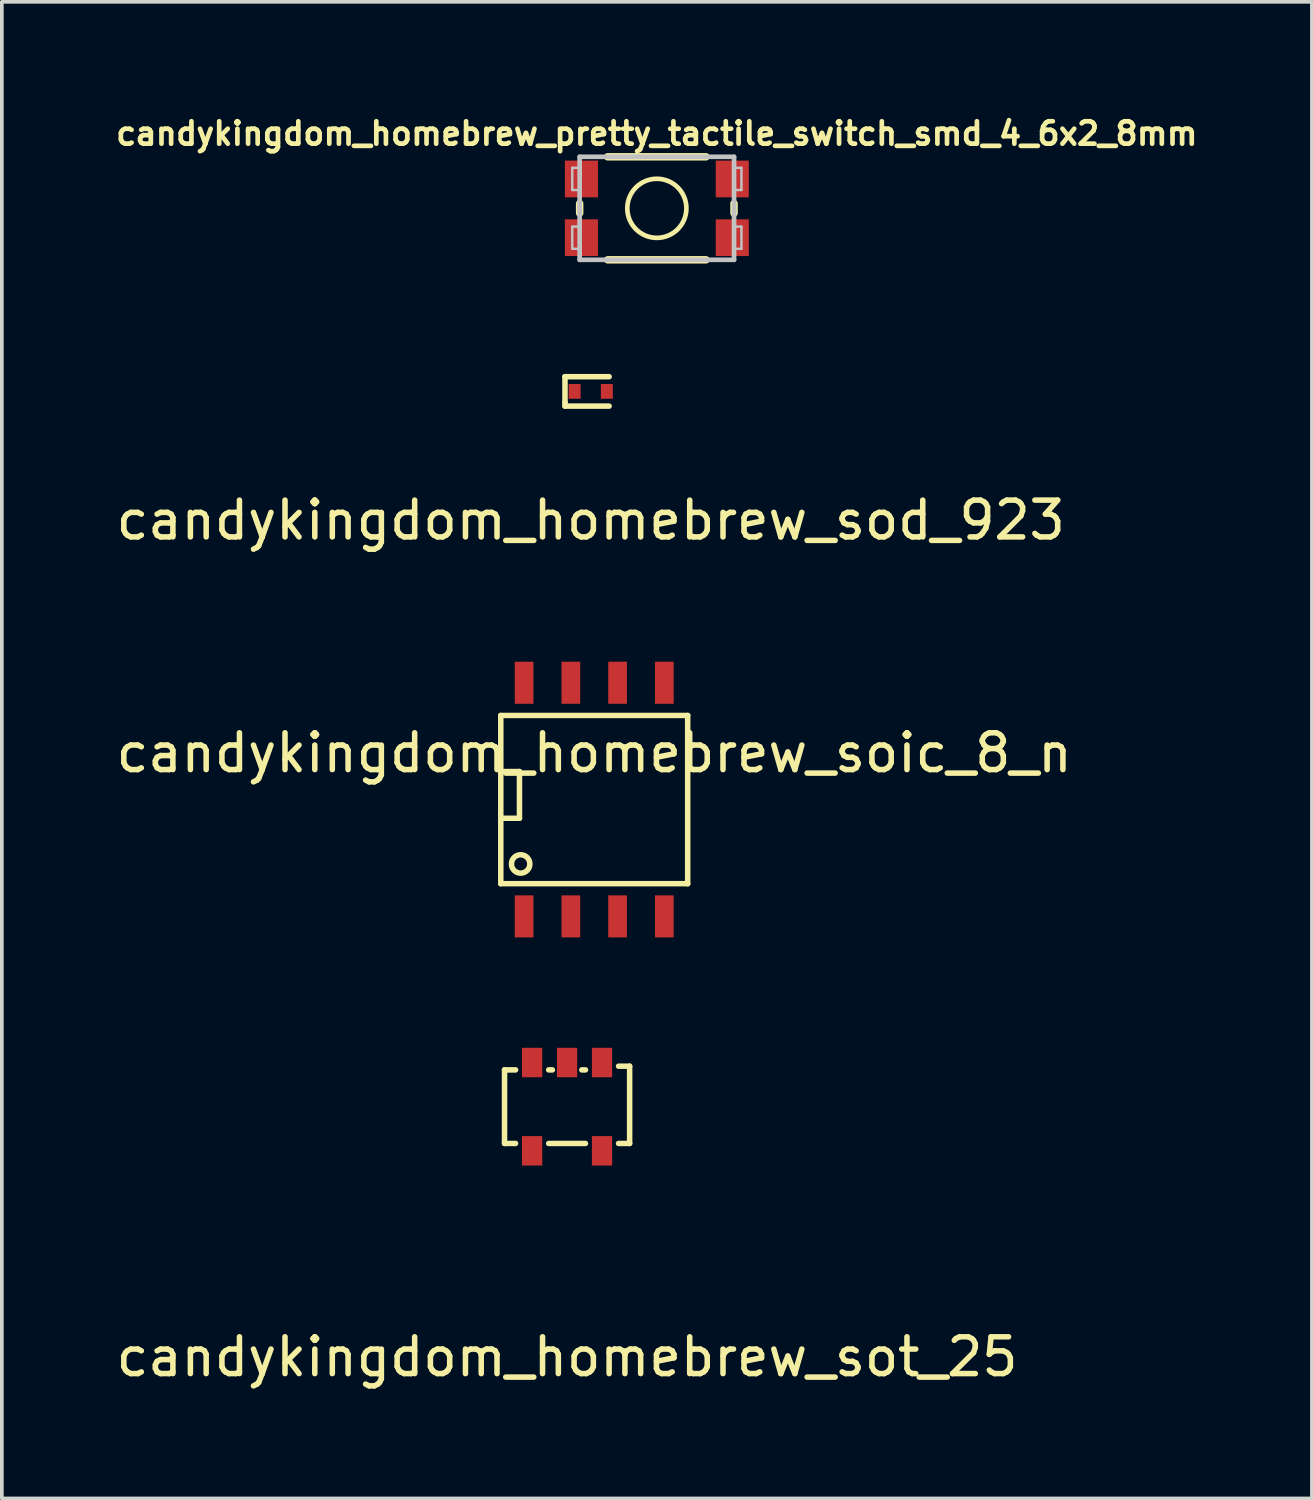
<source format=kicad_pcb>
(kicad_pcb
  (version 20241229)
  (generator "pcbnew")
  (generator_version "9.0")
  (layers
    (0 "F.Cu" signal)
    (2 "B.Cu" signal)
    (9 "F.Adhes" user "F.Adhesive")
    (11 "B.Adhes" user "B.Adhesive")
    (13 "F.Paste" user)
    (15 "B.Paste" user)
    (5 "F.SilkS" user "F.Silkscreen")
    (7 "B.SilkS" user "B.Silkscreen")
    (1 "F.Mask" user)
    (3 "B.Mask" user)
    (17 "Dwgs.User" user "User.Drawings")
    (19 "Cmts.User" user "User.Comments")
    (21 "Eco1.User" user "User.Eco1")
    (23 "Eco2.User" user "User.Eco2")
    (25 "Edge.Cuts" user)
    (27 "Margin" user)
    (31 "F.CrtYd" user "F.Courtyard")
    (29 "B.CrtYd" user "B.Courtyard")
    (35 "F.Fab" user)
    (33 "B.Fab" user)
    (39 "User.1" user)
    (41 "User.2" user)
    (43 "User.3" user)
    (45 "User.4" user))
  (footprint "candykingdom_homebrew_soic_8_n"
    (layer "F.Cu")
    (at 13.101 18.682)
    (property "Reference" "candykingdom_homebrew_soic_8_n" (at 0 -1.27 0) (layer "F.SilkS") (effects (font (size 1 1) (thickness 0.15))))
    (attr smd)
    (fp_line (start -2.54 -2.286) (end 2.54 -2.286) (stroke (width 0.15) (type solid)) (layer "F.SilkS"))
    (fp_line (start -2.54 -0.762) (end -2.032 -0.762) (stroke (width 0.15) (type solid)) (layer "F.SilkS"))
    (fp_line (start -2.54 2.286) (end -2.54 -2.286) (stroke (width 0.15) (type solid)) (layer "F.SilkS"))
    (fp_line (start -2.032 -0.762) (end -2.032 0.508) (stroke (width 0.15) (type solid)) (layer "F.SilkS"))
    (fp_line (start -2.032 0.508) (end -2.54 0.508) (stroke (width 0.15) (type solid)) (layer "F.SilkS"))
    (fp_line (start 2.54 -2.286) (end 2.54 2.286) (stroke (width 0.15) (type solid)) (layer "F.SilkS"))
    (fp_line (start 2.54 2.286) (end -2.54 2.286) (stroke (width 0.15) (type solid)) (layer "F.SilkS"))
    (fp_circle (center -2 1.75) (end -1.75 1.75) (stroke (width 0.15) (type solid)) (fill no) (layer "F.SilkS"))
    (pad "1" smd rect (at -1.905 3.175) (size 0.508 1.143) (layers "F.Cu" "F.Mask" "F.Paste"))
    (pad "2" smd rect (at -0.635 3.175) (size 0.508 1.143) (layers "F.Cu" "F.Mask" "F.Paste"))
    (pad "3" smd rect (at 0.635 3.175) (size 0.508 1.143) (layers "F.Cu" "F.Mask" "F.Paste"))
    (pad "4" smd rect (at 1.905 3.175) (size 0.508 1.143) (layers "F.Cu" "F.Mask" "F.Paste"))
    (pad "5" smd rect (at 1.905 -3.175) (size 0.508 1.143) (layers "F.Cu" "F.Mask" "F.Paste"))
    (pad "6" smd rect (at 0.635 -3.175) (size 0.508 1.143) (layers "F.Cu" "F.Mask" "F.Paste"))
    (pad "7" smd rect (at -0.635 -3.175) (size 0.508 1.143) (layers "F.Cu" "F.Mask" "F.Paste"))
    (pad "8" smd rect (at -1.905 -3.175) (size 0.508 1.143) (layers "F.Cu" "F.Mask" "F.Paste")))
  (footprint "candykingdom_homebrew_sot_25"
    (layer "F.Cu")
    (at 12.363 27.029)
    (property "Reference" "candykingdom_homebrew_sot_25" (at 0 6.8 0) (layer "F.SilkS") (effects (font (size 1 1) (thickness 0.15))))
    (attr through_hole)
    (fp_line (start -1.7 -1) (end -1.7 1) (stroke (width 0.15) (type solid)) (layer "F.SilkS"))
    (fp_line (start -1.7 -1) (end -1.4 -1) (stroke (width 0.15) (type solid)) (layer "F.SilkS"))
    (fp_line (start -1.7 1) (end -1.4 1) (stroke (width 0.15) (type solid)) (layer "F.SilkS"))
    (fp_line (start -0.5 -1) (end -0.4 -1) (stroke (width 0.15) (type solid)) (layer "F.SilkS"))
    (fp_line (start 0.4 -1) (end 0.5 -1) (stroke (width 0.15) (type solid)) (layer "F.SilkS"))
    (fp_line (start 0.5 1) (end -0.5 1) (stroke (width 0.15) (type solid)) (layer "F.SilkS"))
    (fp_line (start 1.7 -1.1) (end 1.4 -1.1) (stroke (width 0.15) (type solid)) (layer "F.SilkS"))
    (fp_line (start 1.7 -1.1) (end 1.7 1) (stroke (width 0.15) (type solid)) (layer "F.SilkS"))
    (fp_line (start 1.7 1) (end 1.4 1) (stroke (width 0.15) (type solid)) (layer "F.SilkS"))
    (pad "1" smd rect (at 0.95 -1.2) (size 0.55 0.8) (layers "F.Cu" "F.Mask" "F.Paste"))
    (pad "2" smd rect (at 0 -1.2) (size 0.55 0.8) (layers "F.Cu" "F.Mask" "F.Paste"))
    (pad "3" smd rect (at -0.95 -1.2) (size 0.55 0.8) (layers "F.Cu" "F.Mask" "F.Paste"))
    (pad "4" smd rect (at -0.95 1.2) (size 0.55 0.8) (layers "F.Cu" "F.Mask" "F.Paste"))
    (pad "5" smd rect (at 0.95 1.2) (size 0.55 0.8) (layers "F.Cu" "F.Mask" "F.Paste")))
  (footprint "candykingdom_homebrew_sod_923"
    (layer "F.Cu")
    (at 13.006 7.588)
    (property "Reference" "candykingdom_homebrew_sod_923" (at 0 3.5 0) (layer "F.SilkS") (effects (font (size 1 1) (thickness 0.15))))
    (attr through_hole)
    (fp_line (start -0.7 -0.4) (end -0.7 0.3) (stroke (width 0.15) (type solid)) (layer "F.SilkS"))
    (fp_line (start -0.7 -0.4) (end 0.5 -0.4) (stroke (width 0.15) (type solid)) (layer "F.SilkS"))
    (fp_line (start -0.7 0.3) (end -0.7 0.4) (stroke (width 0.15) (type solid)) (layer "F.SilkS"))
    (fp_line (start -0.7 0.4) (end 0.5 0.4) (stroke (width 0.15) (type solid)) (layer "F.SilkS"))
    (pad "1" smd rect (at -0.438 0) (size 0.325 0.4) (layers "F.Cu" "F.Mask" "F.Paste"))
    (pad "2" smd rect (at 0.438 0) (size 0.325 0.4) (layers "F.Cu" "F.Mask" "F.Paste")))
  (footprint "candykingdom_homebrew_pretty_tactile_switch_smd_4_6x2_8mm"
    (layer "F.Cu")
    (at 14.803 2.612)
    (property "Reference" "candykingdom_homebrew_pretty_tactile_switch_smd_4_6x2_8mm" (at 0 -2.032 0) (layer "F.SilkS") (effects (font (size 0.61 0.61) (thickness 0.127))))
    (attr smd)
    (fp_line (start -2.098 -0.13) (end -2.098 0.13) (stroke (width 0.203) (type solid)) (layer "F.SilkS"))
    (fp_line (start -1.336 -1.4) (end 1.336 -1.4) (stroke (width 0.203) (type solid)) (layer "F.SilkS"))
    (fp_line (start 1.336 1.4) (end -1.336 1.4) (stroke (width 0.203) (type solid)) (layer "F.SilkS"))
    (fp_line (start 2.098 0.13) (end 2.098 -0.13) (stroke (width 0.203) (type solid)) (layer "F.SilkS"))
    (fp_circle (center 0 0) (end 0 -0.803) (stroke (width 0.127) (type solid)) (fill no) (layer "F.SilkS"))
    (fp_line (start -2.299 -1.1) (end -2.098 -1.1) (stroke (width 0.066) (type solid)) (layer "Dwgs.User"))
    (fp_line (start -2.299 -0.498) (end -2.299 -1.1) (stroke (width 0.066) (type solid)) (layer "Dwgs.User"))
    (fp_line (start -2.299 -0.498) (end -2.098 -0.498) (stroke (width 0.066) (type solid)) (layer "Dwgs.User"))
    (fp_line (start -2.299 0.498) (end -2.098 0.498) (stroke (width 0.066) (type solid)) (layer "Dwgs.User"))
    (fp_line (start -2.299 1.1) (end -2.299 0.498) (stroke (width 0.066) (type solid)) (layer "Dwgs.User"))
    (fp_line (start -2.299 1.1) (end -2.098 1.1) (stroke (width 0.066) (type solid)) (layer "Dwgs.User"))
    (fp_line (start -2.098 -1.4) (end -2.098 1.4) (stroke (width 0.127) (type solid)) (layer "Dwgs.User"))
    (fp_line (start -2.098 -1.4) (end 2.098 -1.4) (stroke (width 0.127) (type solid)) (layer "Dwgs.User"))
    (fp_line (start -2.098 -0.498) (end -2.098 -1.1) (stroke (width 0.066) (type solid)) (layer "Dwgs.User"))
    (fp_line (start -2.098 1.1) (end -2.098 0.498) (stroke (width 0.066) (type solid)) (layer "Dwgs.User"))
    (fp_line (start -2.098 1.4) (end 2.098 1.4) (stroke (width 0.127) (type solid)) (layer "Dwgs.User"))
    (fp_line (start 2.098 -1.1) (end 2.299 -1.1) (stroke (width 0.066) (type solid)) (layer "Dwgs.User"))
    (fp_line (start 2.098 -0.498) (end 2.098 -1.1) (stroke (width 0.066) (type solid)) (layer "Dwgs.User"))
    (fp_line (start 2.098 -0.498) (end 2.299 -0.498) (stroke (width 0.066) (type solid)) (layer "Dwgs.User"))
    (fp_line (start 2.098 0.498) (end 2.299 0.498) (stroke (width 0.066) (type solid)) (layer "Dwgs.User"))
    (fp_line (start 2.098 1.1) (end 2.098 0.498) (stroke (width 0.066) (type solid)) (layer "Dwgs.User"))
    (fp_line (start 2.098 1.1) (end 2.299 1.1) (stroke (width 0.066) (type solid)) (layer "Dwgs.User"))
    (fp_line (start 2.098 1.4) (end 2.098 -1.4) (stroke (width 0.127) (type solid)) (layer "Dwgs.User"))
    (fp_line (start 2.299 -0.498) (end 2.299 -1.1) (stroke (width 0.066) (type solid)) (layer "Dwgs.User"))
    (fp_line (start 2.299 1.1) (end 2.299 0.498) (stroke (width 0.066) (type solid)) (layer "Dwgs.User"))
    (pad "1" smd rect (at -2.05 0.798) (size 0.899 0.998) (layers "F.Cu" "F.Mask" "F.Paste"))
    (pad "2" smd rect (at 2.05 0.798) (size 0.899 0.998) (layers "F.Cu" "F.Mask" "F.Paste"))
    (pad "3" smd rect (at 2.05 -0.798) (size 0.899 0.998) (layers "F.Cu" "F.Mask" "F.Paste"))
    (pad "4" smd rect (at -2.05 -0.798) (size 0.899 0.998) (layers "F.Cu" "F.Mask" "F.Paste")))
  (gr_rect
    (start -3 -3)
    (end 32.607 37.677)
    (stroke (width 0.1) (type default))
    (fill no)
    (layer "Edge.Cuts")))
</source>
